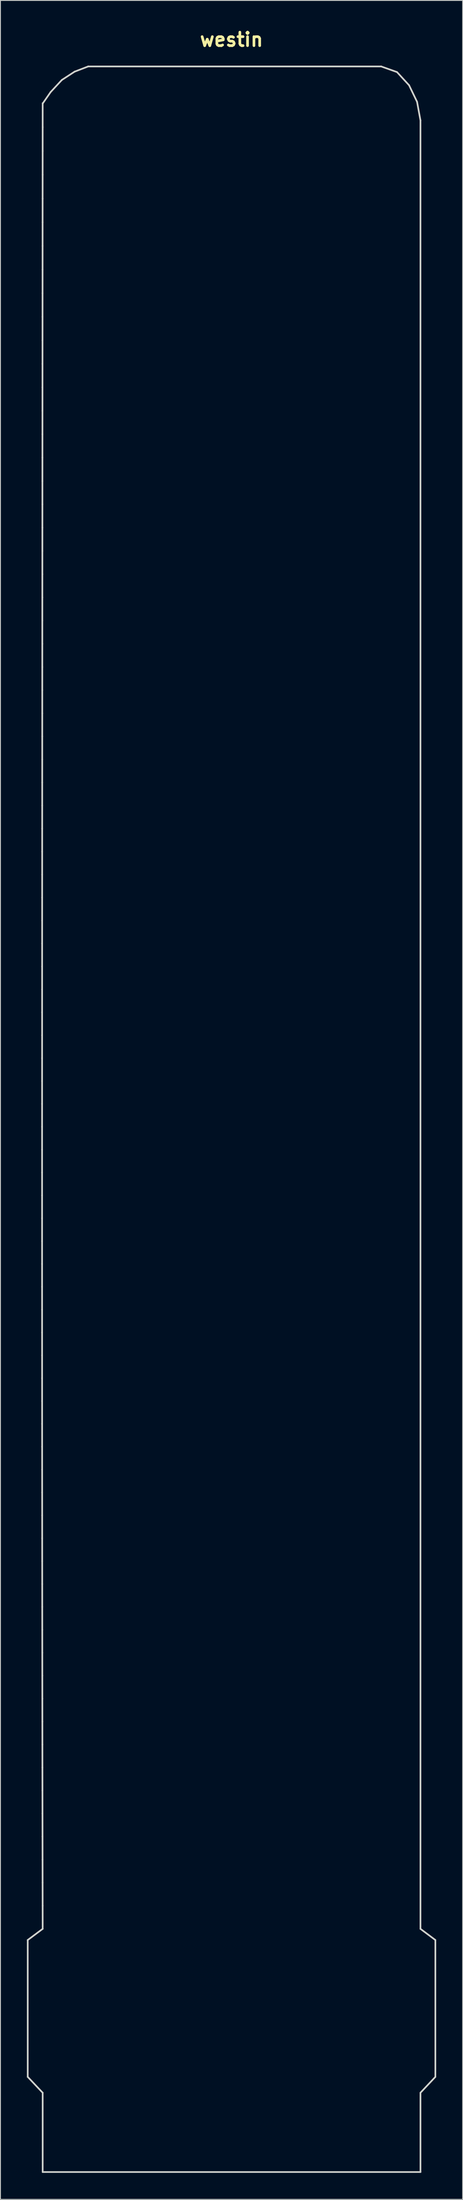
<source format=kicad_pcb>
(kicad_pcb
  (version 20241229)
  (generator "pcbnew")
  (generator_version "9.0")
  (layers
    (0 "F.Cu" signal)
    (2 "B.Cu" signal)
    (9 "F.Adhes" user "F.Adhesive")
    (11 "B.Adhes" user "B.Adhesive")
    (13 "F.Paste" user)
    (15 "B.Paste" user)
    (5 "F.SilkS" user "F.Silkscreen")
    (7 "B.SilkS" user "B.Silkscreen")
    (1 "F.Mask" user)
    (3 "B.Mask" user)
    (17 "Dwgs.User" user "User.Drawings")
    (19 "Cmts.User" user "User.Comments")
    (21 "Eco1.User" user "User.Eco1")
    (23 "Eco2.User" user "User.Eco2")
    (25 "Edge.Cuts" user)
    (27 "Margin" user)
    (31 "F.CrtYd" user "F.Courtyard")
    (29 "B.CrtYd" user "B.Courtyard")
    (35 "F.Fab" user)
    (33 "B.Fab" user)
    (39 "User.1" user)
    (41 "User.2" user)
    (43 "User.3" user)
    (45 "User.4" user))
  (footprint "westin"
    (layer "F.Cu")
    (at 23.219 123.678)
    (property "Reference" "westin" (at 0 -122.251 0) (layer "F.SilkS") (effects (font (size 1.524 1.524) (thickness 0.305))))
    (attr smd)
    (fp_poly (pts (xy -17.307 -64.271) (xy -15.272 -64.271) (xy -15.272 -57.427) (xy -17.307 -57.427) (xy -17.307 -64.271)) (stroke (width 0.074) (type solid)) (fill yes) (layer "F.Mask"))
    (fp_poly (pts (xy -17.307 -7.121) (xy -15.272 -7.121) (xy -15.272 -0.277) (xy -17.307 -0.277) (xy -17.307 -7.121)) (stroke (width 0.074) (type solid)) (fill yes) (layer "F.Mask"))
    (fp_poly (pts (xy -17.307 43.679) (xy -15.272 43.679) (xy -15.272 50.523) (xy -17.307 50.523) (xy -17.307 43.679)) (stroke (width 0.074) (type solid)) (fill yes) (layer "F.Mask"))
    (fp_poly (pts (xy -17.28 110.825) (xy -15.486 110.825) (xy -15.486 114.634) (xy -17.28 114.634) (xy -17.28 110.825)) (stroke (width 0.052) (type solid)) (fill yes) (layer "F.Mask"))
    (fp_poly (pts (xy -17.252 -49.797) (xy -15.471 -49.797) (xy -15.471 -43.194) (xy -17.252 -43.194) (xy -17.252 -49.797)) (stroke (width 0.068) (type solid)) (fill yes) (layer "F.Mask"))
    (fp_poly (pts (xy -17.252 -35.509) (xy -15.471 -35.509) (xy -15.471 -28.907) (xy -17.252 -28.907) (xy -17.252 -35.509)) (stroke (width 0.068) (type solid)) (fill yes) (layer "F.Mask"))
    (fp_poly (pts (xy -17.252 21.828) (xy -15.471 21.828) (xy -15.471 28.431) (xy -17.252 28.431) (xy -17.252 21.828)) (stroke (width 0.068) (type solid)) (fill yes) (layer "F.Mask"))
    (fp_poly (pts (xy -17.252 58.153) (xy -15.471 58.153) (xy -15.471 64.756) (xy -17.252 64.756) (xy -17.252 58.153)) (stroke (width 0.068) (type solid)) (fill yes) (layer "F.Mask"))
    (fp_poly (pts (xy -17.252 72.441) (xy -15.471 72.441) (xy -15.471 79.043) (xy -17.252 79.043) (xy -17.252 72.441)) (stroke (width 0.068) (type solid)) (fill yes) (layer "F.Mask"))
    (fp_poly (pts (xy -17.246 -93.314) (xy -15.466 -93.314) (xy -15.466 -86.063) (xy -17.246 -86.063) (xy -17.246 -93.314)) (stroke (width 0.072) (type solid)) (fill yes) (layer "F.Mask"))
    (fp_poly (pts (xy -15.11 -71.335) (xy -12.508 -71.335) (xy -12.508 -64.85) (xy -15.11 -64.85) (xy -15.11 -71.335)) (stroke (width 0.082) (type solid)) (fill yes) (layer "F.Mask"))
    (fp_poly (pts (xy -15.11 -13.997) (xy -12.508 -13.997) (xy -12.508 -7.512) (xy -15.11 -7.512) (xy -15.11 -13.997)) (stroke (width 0.082) (type solid)) (fill yes) (layer "F.Mask"))
    (fp_poly (pts (xy -15.11 36.616) (xy -12.508 36.616) (xy -12.508 43.1) (xy -15.11 43.1) (xy -15.11 36.616)) (stroke (width 0.082) (type solid)) (fill yes) (layer "F.Mask"))
    (fp_poly (pts (xy -15.11 -85.622) (xy -12.508 -85.622) (xy -12.508 -79.137) (xy -15.11 -79.137) (xy -15.11 -85.622)) (stroke (width 0.082) (type solid)) (fill yes) (layer "F.Mask"))
    (fp_poly (pts (xy -15.11 -56.518) (xy -12.508 -56.518) (xy -12.508 -50.033) (xy -15.11 -50.033) (xy -15.11 -56.518)) (stroke (width 0.082) (type solid)) (fill yes) (layer "F.Mask"))
    (fp_poly (pts (xy -15.11 -28.075) (xy -12.508 -28.075) (xy -12.508 -21.59) (xy -15.11 -21.59) (xy -15.11 -28.075)) (stroke (width 0.082) (type solid)) (fill yes) (layer "F.Mask"))
    (fp_poly (pts (xy -15.11 0.633) (xy -12.508 0.633) (xy -12.508 7.118) (xy -15.11 7.118) (xy -15.11 0.633)) (stroke (width 0.082) (type solid)) (fill yes) (layer "F.Mask"))
    (fp_poly (pts (xy -15.11 29.449) (xy -12.508 29.449) (xy -12.508 35.934) (xy -15.11 35.934) (xy -15.11 29.449)) (stroke (width 0.082) (type solid)) (fill yes) (layer "F.Mask"))
    (fp_poly (pts (xy -15.11 50.903) (xy -12.508 50.903) (xy -12.508 57.388) (xy -15.11 57.388) (xy -15.11 50.903)) (stroke (width 0.082) (type solid)) (fill yes) (layer "F.Mask"))
    (fp_poly (pts (xy -15.108 79.48) (xy -12.507 79.48) (xy -12.507 86.148) (xy -15.108 86.148) (xy -15.108 79.48)) (stroke (width 0.083) (type solid)) (fill yes) (layer "F.Mask"))
    (fp_poly (pts (xy -15.104 -42.753) (xy -12.503 -42.753) (xy -12.503 -35.751) (xy -15.104 -35.751) (xy -15.104 -42.753)) (stroke (width 0.085) (type solid)) (fill yes) (layer "F.Mask"))
    (fp_poly (pts (xy -15.104 14.397) (xy -12.503 14.397) (xy -12.503 21.399) (xy -15.104 21.399) (xy -15.104 14.397)) (stroke (width 0.085) (type solid)) (fill yes) (layer "F.Mask"))
    (fp_poly (pts (xy -15.104 65.197) (xy -12.503 65.197) (xy -12.503 72.199) (xy -15.104 72.199) (xy -15.104 65.197)) (stroke (width 0.085) (type solid)) (fill yes) (layer "F.Mask"))
    (fp_poly (pts (xy -14.754 110.837) (xy -12.456 110.837) (xy -12.456 114.622) (xy -14.754 114.622) (xy -14.754 110.837)) (stroke (width 0.059) (type solid)) (fill yes) (layer "F.Mask"))
    (fp_poly (pts (xy -12.122 -114.694) (xy -9.477 -114.694) (xy -9.477 -110.121) (xy -12.122 -110.121) (xy -12.122 -114.694)) (stroke (width 0.07) (type solid)) (fill yes) (layer "F.Mask"))
    (fp_poly (pts (xy -12.095 86.971) (xy -9.493 86.971) (xy -9.493 91.127) (xy -12.095 91.127) (xy -12.095 86.971)) (stroke (width 0.066) (type solid)) (fill yes) (layer "F.Mask"))
    (fp_poly (pts (xy -12.066 -49.706) (xy -9.469 -49.706) (xy -9.469 -43.154) (xy -12.066 -43.154) (xy -12.066 -49.706)) (stroke (width 0.082) (type solid)) (fill yes) (layer "F.Mask"))
    (fp_poly (pts (xy -12.066 7.787) (xy -9.469 7.787) (xy -9.469 14.338) (xy -12.066 14.338) (xy -12.066 7.787)) (stroke (width 0.082) (type solid)) (fill yes) (layer "F.Mask"))
    (fp_poly (pts (xy -12.066 58.244) (xy -9.469 58.244) (xy -9.469 64.796) (xy -12.066 64.796) (xy -12.066 58.244)) (stroke (width 0.082) (type solid)) (fill yes) (layer "F.Mask"))
    (fp_poly (pts (xy -12.065 -78.41) (xy -9.468 -78.41) (xy -9.468 -71.731) (xy -12.065 -71.731) (xy -12.065 -78.41)) (stroke (width 0.083) (type solid)) (fill yes) (layer "F.Mask"))
    (fp_poly (pts (xy -12.065 -21.26) (xy -9.468 -21.26) (xy -9.468 -14.581) (xy -12.065 -14.581) (xy -12.065 -21.26)) (stroke (width 0.083) (type solid)) (fill yes) (layer "F.Mask"))
    (fp_poly (pts (xy -11.931 -35.484) (xy -9.344 -35.484) (xy -9.344 -28.932) (xy -11.931 -28.932) (xy -11.931 -35.484)) (stroke (width 0.082) (type solid)) (fill yes) (layer "F.Mask"))
    (fp_poly (pts (xy -11.931 21.853) (xy -9.344 21.853) (xy -9.344 28.406) (xy -11.931 28.406) (xy -11.931 21.853)) (stroke (width 0.082) (type solid)) (fill yes) (layer "F.Mask"))
    (fp_poly (pts (xy -11.931 72.466) (xy -9.344 72.466) (xy -9.344 79.019) (xy -11.931 79.019) (xy -11.931 72.466)) (stroke (width 0.082) (type solid)) (fill yes) (layer "F.Mask"))
    (fp_poly (pts (xy -11.931 -64.253) (xy -9.337 -64.253) (xy -9.337 -57.445) (xy -11.931 -57.445) (xy -11.931 -64.253)) (stroke (width 0.084) (type solid)) (fill yes) (layer "F.Mask"))
    (fp_poly (pts (xy -11.931 -7.103) (xy -9.337 -7.103) (xy -9.337 -0.294) (xy -11.931 -0.294) (xy -11.931 -7.103)) (stroke (width 0.084) (type solid)) (fill yes) (layer "F.Mask"))
    (fp_poly (pts (xy -11.931 43.697) (xy -9.337 43.697) (xy -9.337 50.505) (xy -11.931 50.505) (xy -11.931 43.697)) (stroke (width 0.084) (type solid)) (fill yes) (layer "F.Mask"))
    (fp_poly (pts (xy -11.927 -93.287) (xy -9.341 -93.287) (xy -9.341 -86.09) (xy -11.927 -86.09) (xy -11.927 -93.287)) (stroke (width 0.086) (type solid)) (fill yes) (layer "F.Mask"))
    (fp_poly (pts (xy -11.777 110.837) (xy -9.48 110.837) (xy -9.48 114.622) (xy -11.777 114.622) (xy -11.777 110.837)) (stroke (width 0.059) (type solid)) (fill yes) (layer "F.Mask"))
    (fp_poly (pts (xy -8.892 -85.622) (xy -6.291 -85.622) (xy -6.291 -79.137) (xy -8.892 -79.137) (xy -8.892 -85.622)) (stroke (width 0.082) (type solid)) (fill yes) (layer "F.Mask"))
    (fp_poly (pts (xy -8.892 -56.518) (xy -6.291 -56.518) (xy -6.291 -50.033) (xy -8.892 -50.033) (xy -8.892 -56.518)) (stroke (width 0.082) (type solid)) (fill yes) (layer "F.Mask"))
    (fp_poly (pts (xy -8.892 -28.075) (xy -6.291 -28.075) (xy -6.291 -21.59) (xy -8.892 -21.59) (xy -8.892 -28.075)) (stroke (width 0.082) (type solid)) (fill yes) (layer "F.Mask"))
    (fp_poly (pts (xy -8.892 0.633) (xy -6.291 0.633) (xy -6.291 7.118) (xy -8.892 7.118) (xy -8.892 0.633)) (stroke (width 0.082) (type solid)) (fill yes) (layer "F.Mask"))
    (fp_poly (pts (xy -8.892 29.449) (xy -6.291 29.449) (xy -6.291 35.934) (xy -8.892 35.934) (xy -8.892 29.449)) (stroke (width 0.082) (type solid)) (fill yes) (layer "F.Mask"))
    (fp_poly (pts (xy -8.892 50.903) (xy -6.291 50.903) (xy -6.291 57.388) (xy -8.892 57.388) (xy -8.892 50.903)) (stroke (width 0.082) (type solid)) (fill yes) (layer "F.Mask"))
    (fp_poly (pts (xy -8.891 79.48) (xy -6.29 79.48) (xy -6.29 86.148) (xy -8.891 86.148) (xy -8.891 79.48)) (stroke (width 0.083) (type solid)) (fill yes) (layer "F.Mask"))
    (fp_poly (pts (xy -8.755 -35.484) (xy -6.168 -35.484) (xy -6.168 -28.932) (xy -8.755 -28.932) (xy -8.755 -35.484)) (stroke (width 0.082) (type solid)) (fill yes) (layer "F.Mask"))
    (fp_poly (pts (xy -8.755 21.853) (xy -6.168 21.853) (xy -6.168 28.406) (xy -8.755 28.406) (xy -8.755 21.853)) (stroke (width 0.082) (type solid)) (fill yes) (layer "F.Mask"))
    (fp_poly (pts (xy -8.755 72.466) (xy -6.168 72.466) (xy -6.168 79.019) (xy -8.755 79.019) (xy -8.755 72.466)) (stroke (width 0.082) (type solid)) (fill yes) (layer "F.Mask"))
    (fp_poly (pts (xy -8.752 -93.287) (xy -6.166 -93.287) (xy -6.166 -86.09) (xy -8.752 -86.09) (xy -8.752 -93.287)) (stroke (width 0.086) (type solid)) (fill yes) (layer "F.Mask"))
    (fp_poly (pts (xy -8.602 110.837) (xy -6.305 110.837) (xy -6.305 114.622) (xy -8.602 114.622) (xy -8.602 110.837)) (stroke (width 0.059) (type solid)) (fill yes) (layer "F.Mask"))
    (fp_poly (pts (xy -5.717 -13.997) (xy -3.116 -13.997) (xy -3.116 -7.512) (xy -5.717 -7.512) (xy -5.717 -13.997)) (stroke (width 0.082) (type solid)) (fill yes) (layer "F.Mask"))
    (fp_poly (pts (xy -5.717 -85.622) (xy -3.116 -85.622) (xy -3.116 -79.137) (xy -5.717 -79.137) (xy -5.717 -85.622)) (stroke (width 0.082) (type solid)) (fill yes) (layer "F.Mask"))
    (fp_poly (pts (xy -5.717 -71.335) (xy -3.116 -71.335) (xy -3.116 -64.85) (xy -5.717 -64.85) (xy -5.717 -71.335)) (stroke (width 0.082) (type solid)) (fill yes) (layer "F.Mask"))
    (fp_poly (pts (xy -5.717 -56.518) (xy -3.116 -56.518) (xy -3.116 -50.033) (xy -5.717 -50.033) (xy -5.717 -56.518)) (stroke (width 0.082) (type solid)) (fill yes) (layer "F.Mask"))
    (fp_poly (pts (xy -5.717 -28.075) (xy -3.116 -28.075) (xy -3.116 -21.59) (xy -5.717 -21.59) (xy -5.717 -28.075)) (stroke (width 0.082) (type solid)) (fill yes) (layer "F.Mask"))
    (fp_poly (pts (xy -5.717 29.449) (xy -3.116 29.449) (xy -3.116 35.934) (xy -5.717 35.934) (xy -5.717 29.449)) (stroke (width 0.082) (type solid)) (fill yes) (layer "F.Mask"))
    (fp_poly (pts (xy -5.717 36.616) (xy -3.116 36.616) (xy -3.116 43.1) (xy -5.717 43.1) (xy -5.717 36.616)) (stroke (width 0.082) (type solid)) (fill yes) (layer "F.Mask"))
    (fp_poly (pts (xy -5.717 50.903) (xy -3.116 50.903) (xy -3.116 57.388) (xy -5.717 57.388) (xy -5.717 50.903)) (stroke (width 0.082) (type solid)) (fill yes) (layer "F.Mask"))
    (fp_poly (pts (xy -5.717 79.48) (xy -3.115 79.48) (xy -3.115 86.148) (xy -5.717 86.148) (xy -5.717 79.48)) (stroke (width 0.083) (type solid)) (fill yes) (layer "F.Mask"))
    (fp_poly (pts (xy -5.715 -42.753) (xy -3.114 -42.753) (xy -3.114 -35.751) (xy -5.715 -35.751) (xy -5.715 -42.753)) (stroke (width 0.085) (type solid)) (fill yes) (layer "F.Mask"))
    (fp_poly (pts (xy -5.715 14.397) (xy -3.114 14.397) (xy -3.114 21.399) (xy -5.715 21.399) (xy -5.715 14.397)) (stroke (width 0.085) (type solid)) (fill yes) (layer "F.Mask"))
    (fp_poly (pts (xy -5.715 65.197) (xy -3.114 65.197) (xy -3.114 72.199) (xy -5.715 72.199) (xy -5.715 65.197)) (stroke (width 0.085) (type solid)) (fill yes) (layer "F.Mask"))
    (fp_poly (pts (xy -5.626 110.837) (xy -3.328 110.837) (xy -3.328 114.622) (xy -5.626 114.622) (xy -5.626 110.837)) (stroke (width 0.059) (type solid)) (fill yes) (layer "F.Mask"))
    (fp_poly (pts (xy -3.073 86.971) (xy -0.471 86.971) (xy -0.471 91.127) (xy -3.073 91.127) (xy -3.073 86.971)) (stroke (width 0.066) (type solid)) (fill yes) (layer "F.Mask"))
    (fp_poly (pts (xy -3.071 -71.335) (xy -0.47 -71.335) (xy -0.47 -64.85) (xy -3.071 -64.85) (xy -3.071 -71.335)) (stroke (width 0.082) (type solid)) (fill yes) (layer "F.Mask"))
    (fp_poly (pts (xy -3.071 36.616) (xy -0.47 36.616) (xy -0.47 43.1) (xy -3.071 43.1) (xy -3.071 36.616)) (stroke (width 0.082) (type solid)) (fill yes) (layer "F.Mask"))
    (fp_poly (pts (xy -3.07 -42.753) (xy -0.47 -42.753) (xy -0.47 -35.751) (xy -3.07 -35.751) (xy -3.07 -42.753)) (stroke (width 0.085) (type solid)) (fill yes) (layer "F.Mask"))
    (fp_poly (pts (xy -3.07 14.397) (xy -0.47 14.397) (xy -0.47 21.399) (xy -3.07 21.399) (xy -3.07 14.397)) (stroke (width 0.085) (type solid)) (fill yes) (layer "F.Mask"))
    (fp_poly (pts (xy -3.07 65.197) (xy -0.47 65.197) (xy -0.47 72.199) (xy -3.07 72.199) (xy -3.07 65.197)) (stroke (width 0.085) (type solid)) (fill yes) (layer "F.Mask"))
    (fp_poly (pts (xy -3.07 -49.706) (xy -0.472 -49.706) (xy -0.472 -43.154) (xy -3.07 -43.154) (xy -3.07 -49.706)) (stroke (width 0.082) (type solid)) (fill yes) (layer "F.Mask"))
    (fp_poly (pts (xy -3.07 7.787) (xy -0.472 7.787) (xy -0.472 14.338) (xy -3.07 14.338) (xy -3.07 7.787)) (stroke (width 0.082) (type solid)) (fill yes) (layer "F.Mask"))
    (fp_poly (pts (xy -3.07 58.244) (xy -0.472 58.244) (xy -0.472 64.796) (xy -3.07 64.796) (xy -3.07 58.244)) (stroke (width 0.082) (type solid)) (fill yes) (layer "F.Mask"))
    (fp_poly (pts (xy -3.069 -21.26) (xy -0.472 -21.26) (xy -0.472 -14.581) (xy -3.069 -14.581) (xy -3.069 -21.26)) (stroke (width 0.083) (type solid)) (fill yes) (layer "F.Mask"))
    (fp_poly (pts (xy -2.895 -114.694) (xy -0.249 -114.694) (xy -0.249 -110.121) (xy -2.895 -110.121) (xy -2.895 -114.694)) (stroke (width 0.07) (type solid)) (fill yes) (layer "F.Mask"))
    (fp_poly (pts (xy -2.895 -114.694) (xy -0.249 -114.694) (xy -0.249 -110.121) (xy -2.895 -110.121) (xy -2.895 -114.694)) (stroke (width 0.07) (type solid)) (fill yes) (layer "F.Mask"))
    (fp_poly (pts (xy -2.865 -93.287) (xy -0.279 -93.287) (xy -0.279 -86.09) (xy -2.865 -86.09) (xy -2.865 -93.287)) (stroke (width 0.086) (type solid)) (fill yes) (layer "F.Mask"))
    (fp_poly (pts (xy -2.782 110.837) (xy -0.484 110.837) (xy -0.484 114.622) (xy -2.782 114.622) (xy -2.782 110.837)) (stroke (width 0.059) (type solid)) (fill yes) (layer "F.Mask"))
    (fp_poly (pts (xy 0.103 79.48) (xy 2.705 79.48) (xy 2.705 86.148) (xy 0.103 86.148) (xy 0.103 79.48)) (stroke (width 0.083) (type solid)) (fill yes) (layer "F.Mask"))
    (fp_poly (pts (xy 0.104 -85.622) (xy 2.705 -85.622) (xy 2.705 -79.137) (xy 0.104 -79.137) (xy 0.104 -85.622)) (stroke (width 0.082) (type solid)) (fill yes) (layer "F.Mask"))
    (fp_poly (pts (xy 0.104 -56.518) (xy 2.705 -56.518) (xy 2.705 -50.033) (xy 0.104 -50.033) (xy 0.104 -56.518)) (stroke (width 0.082) (type solid)) (fill yes) (layer "F.Mask"))
    (fp_poly (pts (xy 0.104 -28.075) (xy 2.705 -28.075) (xy 2.705 -21.59) (xy 0.104 -21.59) (xy 0.104 -28.075)) (stroke (width 0.082) (type solid)) (fill yes) (layer "F.Mask"))
    (fp_poly (pts (xy 0.104 0.633) (xy 2.705 0.633) (xy 2.705 7.118) (xy 0.104 7.118) (xy 0.104 0.633)) (stroke (width 0.082) (type solid)) (fill yes) (layer "F.Mask"))
    (fp_poly (pts (xy 0.104 29.449) (xy 2.705 29.449) (xy 2.705 35.934) (xy 0.104 35.934) (xy 0.104 29.449)) (stroke (width 0.082) (type solid)) (fill yes) (layer "F.Mask"))
    (fp_poly (pts (xy 0.104 50.903) (xy 2.705 50.903) (xy 2.705 57.388) (xy 0.104 57.388) (xy 0.104 50.903)) (stroke (width 0.082) (type solid)) (fill yes) (layer "F.Mask"))
    (fp_poly (pts (xy 0.106 -78.41) (xy 2.703 -78.41) (xy 2.703 -71.731) (xy 0.106 -71.731) (xy 0.106 -78.41)) (stroke (width 0.083) (type solid)) (fill yes) (layer "F.Mask"))
    (fp_poly (pts (xy 0.106 -21.26) (xy 2.703 -21.26) (xy 2.703 -14.581) (xy 0.106 -14.581) (xy 0.106 -21.26)) (stroke (width 0.083) (type solid)) (fill yes) (layer "F.Mask"))
    (fp_poly (pts (xy 0.173 -64.253) (xy 2.768 -64.253) (xy 2.768 -57.445) (xy 0.173 -57.445) (xy 0.173 -64.253)) (stroke (width 0.084) (type solid)) (fill yes) (layer "F.Mask"))
    (fp_poly (pts (xy 0.173 -7.103) (xy 2.768 -7.103) (xy 2.768 -0.294) (xy 0.173 -0.294) (xy 0.173 -7.103)) (stroke (width 0.084) (type solid)) (fill yes) (layer "F.Mask"))
    (fp_poly (pts (xy 0.173 43.697) (xy 2.768 43.697) (xy 2.768 50.505) (xy 0.173 50.505) (xy 0.173 43.697)) (stroke (width 0.084) (type solid)) (fill yes) (layer "F.Mask"))
    (fp_poly (pts (xy 0.195 110.837) (xy 2.493 110.837) (xy 2.493 114.622) (xy 0.195 114.622) (xy 0.195 110.837)) (stroke (width 0.059) (type solid)) (fill yes) (layer "F.Mask"))
    (fp_poly (pts (xy 3.279 -13.997) (xy 5.88 -13.997) (xy 5.88 -7.512) (xy 3.279 -7.512) (xy 3.279 -13.997)) (stroke (width 0.082) (type solid)) (fill yes) (layer "F.Mask"))
    (fp_poly (pts (xy 3.29 -114.694) (xy 5.935 -114.694) (xy 5.935 -110.121) (xy 3.29 -110.121) (xy 3.29 -114.694)) (stroke (width 0.07) (type solid)) (fill yes) (layer "F.Mask"))
    (fp_poly (pts (xy 3.37 110.837) (xy 5.668 110.837) (xy 5.668 114.622) (xy 3.37 114.622) (xy 3.37 110.837)) (stroke (width 0.059) (type solid)) (fill yes) (layer "F.Mask"))
    (fp_poly (pts (xy 3.486 -35.484) (xy 6.073 -35.484) (xy 6.073 -28.932) (xy 3.486 -28.932) (xy 3.486 -35.484)) (stroke (width 0.082) (type solid)) (fill yes) (layer "F.Mask"))
    (fp_poly (pts (xy 3.486 21.853) (xy 6.073 21.853) (xy 6.073 28.406) (xy 3.486 28.406) (xy 3.486 21.853)) (stroke (width 0.082) (type solid)) (fill yes) (layer "F.Mask"))
    (fp_poly (pts (xy 3.486 72.466) (xy 6.073 72.466) (xy 6.073 79.019) (xy 3.486 79.019) (xy 3.486 72.466)) (stroke (width 0.082) (type solid)) (fill yes) (layer "F.Mask"))
    (fp_poly (pts (xy 5.924 -13.997) (xy 8.526 -13.997) (xy 8.526 -7.512) (xy 5.924 -7.512) (xy 5.924 -13.997)) (stroke (width 0.082) (type solid)) (fill yes) (layer "F.Mask"))
    (fp_poly (pts (xy 6.214 110.837) (xy 8.512 110.837) (xy 8.512 114.622) (xy 6.214 114.622) (xy 6.214 110.837)) (stroke (width 0.059) (type solid)) (fill yes) (layer "F.Mask"))
    (fp_poly (pts (xy 6.324 -78.41) (xy 8.921 -78.41) (xy 8.921 -71.731) (xy 6.324 -71.731) (xy 6.324 -78.41)) (stroke (width 0.083) (type solid)) (fill yes) (layer "F.Mask"))
    (fp_poly (pts (xy 6.324 -21.26) (xy 8.921 -21.26) (xy 8.921 -14.581) (xy 6.324 -14.581) (xy 6.324 -21.26)) (stroke (width 0.083) (type solid)) (fill yes) (layer "F.Mask"))
    (fp_poly (pts (xy 6.324 -49.706) (xy 8.921 -49.706) (xy 8.921 -43.154) (xy 6.324 -43.154) (xy 6.324 -49.706)) (stroke (width 0.082) (type solid)) (fill yes) (layer "F.Mask"))
    (fp_poly (pts (xy 6.324 7.787) (xy 8.921 7.787) (xy 8.921 14.338) (xy 6.324 14.338) (xy 6.324 7.787)) (stroke (width 0.082) (type solid)) (fill yes) (layer "F.Mask"))
    (fp_poly (pts (xy 6.324 58.244) (xy 8.921 58.244) (xy 8.921 64.796) (xy 6.324 64.796) (xy 6.324 58.244)) (stroke (width 0.082) (type solid)) (fill yes) (layer "F.Mask"))
    (fp_poly (pts (xy 6.332 86.971) (xy 8.935 86.971) (xy 8.935 91.127) (xy 6.332 91.127) (xy 6.332 86.971)) (stroke (width 0.066) (type solid)) (fill yes) (layer "F.Mask"))
    (fp_poly (pts (xy 8.833 79.48) (xy 11.434 79.48) (xy 11.434 86.148) (xy 8.833 86.148) (xy 8.833 79.48)) (stroke (width 0.083) (type solid)) (fill yes) (layer "F.Mask"))
    (fp_poly (pts (xy 8.835 -85.622) (xy 11.437 -85.622) (xy 11.437 -79.137) (xy 8.835 -79.137) (xy 8.835 -85.622)) (stroke (width 0.082) (type solid)) (fill yes) (layer "F.Mask"))
    (fp_poly (pts (xy 8.835 -56.518) (xy 11.437 -56.518) (xy 11.437 -50.033) (xy 8.835 -50.033) (xy 8.835 -56.518)) (stroke (width 0.082) (type solid)) (fill yes) (layer "F.Mask"))
    (fp_poly (pts (xy 8.835 -28.075) (xy 11.437 -28.075) (xy 11.437 -21.59) (xy 8.835 -21.59) (xy 8.835 -28.075)) (stroke (width 0.082) (type solid)) (fill yes) (layer "F.Mask"))
    (fp_poly (pts (xy 8.835 0.633) (xy 11.437 0.633) (xy 11.437 7.118) (xy 8.835 7.118) (xy 8.835 0.633)) (stroke (width 0.082) (type solid)) (fill yes) (layer "F.Mask"))
    (fp_poly (pts (xy 8.835 29.449) (xy 11.437 29.449) (xy 11.437 35.934) (xy 8.835 35.934) (xy 8.835 29.449)) (stroke (width 0.082) (type solid)) (fill yes) (layer "F.Mask"))
    (fp_poly (pts (xy 8.835 50.903) (xy 11.437 50.903) (xy 11.437 57.388) (xy 8.835 57.388) (xy 8.835 50.903)) (stroke (width 0.082) (type solid)) (fill yes) (layer "F.Mask"))
    (fp_poly (pts (xy 9.044 -114.694) (xy 11.69 -114.694) (xy 11.69 -110.121) (xy 9.044 -110.121) (xy 9.044 -114.694)) (stroke (width 0.07) (type solid)) (fill yes) (layer "F.Mask"))
    (fp_poly (pts (xy 9.191 110.837) (xy 11.489 110.837) (xy 11.489 114.622) (xy 9.191 114.622) (xy 9.191 110.837)) (stroke (width 0.059) (type solid)) (fill yes) (layer "F.Mask"))
    (fp_poly (pts (xy 12.27 -42.753) (xy 14.87 -42.753) (xy 14.87 -35.751) (xy 12.27 -35.751) (xy 12.27 -42.753)) (stroke (width 0.085) (type solid)) (fill yes) (layer "F.Mask"))
    (fp_poly (pts (xy 12.27 14.397) (xy 14.87 14.397) (xy 14.87 21.399) (xy 12.27 21.399) (xy 12.27 14.397)) (stroke (width 0.085) (type solid)) (fill yes) (layer "F.Mask"))
    (fp_poly (pts (xy 12.27 65.197) (xy 14.87 65.197) (xy 14.87 72.199) (xy 12.27 72.199) (xy 12.27 65.197)) (stroke (width 0.085) (type solid)) (fill yes) (layer "F.Mask"))
    (fp_poly (pts (xy 12.275 -71.335) (xy 14.876 -71.335) (xy 14.876 -64.85) (xy 12.275 -64.85) (xy 12.275 -71.335)) (stroke (width 0.082) (type solid)) (fill yes) (layer "F.Mask"))
    (fp_poly (pts (xy 12.275 -13.997) (xy 14.876 -13.997) (xy 14.876 -7.512) (xy 12.275 -7.512) (xy 12.275 -13.997)) (stroke (width 0.082) (type solid)) (fill yes) (layer "F.Mask"))
    (fp_poly (pts (xy 12.275 36.616) (xy 14.876 36.616) (xy 14.876 43.1) (xy 12.275 43.1) (xy 12.275 36.616)) (stroke (width 0.082) (type solid)) (fill yes) (layer "F.Mask"))
    (fp_poly (pts (xy 12.344 -64.253) (xy 14.939 -64.253) (xy 14.939 -57.445) (xy 12.344 -57.445) (xy 12.344 -64.253)) (stroke (width 0.084) (type solid)) (fill yes) (layer "F.Mask"))
    (fp_poly (pts (xy 12.344 -7.103) (xy 14.939 -7.103) (xy 14.939 -0.294) (xy 12.344 -0.294) (xy 12.344 -7.103)) (stroke (width 0.084) (type solid)) (fill yes) (layer "F.Mask"))
    (fp_poly (pts (xy 12.344 43.697) (xy 14.939 43.697) (xy 14.939 50.505) (xy 12.344 50.505) (xy 12.344 43.697)) (stroke (width 0.084) (type solid)) (fill yes) (layer "F.Mask"))
    (fp_poly (pts (xy 12.366 110.837) (xy 14.664 110.837) (xy 14.664 114.622) (xy 12.366 114.622) (xy 12.366 110.837)) (stroke (width 0.059) (type solid)) (fill yes) (layer "F.Mask"))
    (fp_poly (pts (xy 15.029 -78.502) (xy 16.818 -78.502) (xy 16.818 -71.771) (xy 15.029 -71.771) (xy 15.029 -78.502)) (stroke (width 0.069) (type solid)) (fill yes) (layer "F.Mask"))
    (fp_poly (pts (xy 15.029 -21.352) (xy 16.818 -21.352) (xy 16.818 -14.621) (xy 15.029 -14.621) (xy 15.029 -21.352)) (stroke (width 0.069) (type solid)) (fill yes) (layer "F.Mask"))
    (fp_poly (pts (xy 15.03 -49.796) (xy 16.82 -49.796) (xy 16.82 -43.193) (xy 15.03 -43.193) (xy 15.03 -49.796)) (stroke (width 0.068) (type solid)) (fill yes) (layer "F.Mask"))
    (fp_poly (pts (xy 15.03 7.696) (xy 16.82 7.696) (xy 16.82 14.299) (xy 15.03 14.299) (xy 15.03 7.696)) (stroke (width 0.068) (type solid)) (fill yes) (layer "F.Mask"))
    (fp_poly (pts (xy 15.03 58.154) (xy 16.82 58.154) (xy 16.82 64.757) (xy 15.03 64.757) (xy 15.03 58.154)) (stroke (width 0.068) (type solid)) (fill yes) (layer "F.Mask"))
    (fp_poly (pts (xy 15.033 -93.314) (xy 16.814 -93.314) (xy 16.814 -86.063) (xy 15.033 -86.063) (xy 15.033 -93.314)) (stroke (width 0.072) (type solid)) (fill yes) (layer "F.Mask"))
    (fp_poly (pts (xy 15.039 -35.509) (xy 16.82 -35.509) (xy 16.82 -28.907) (xy 15.039 -28.907) (xy 15.039 -35.509)) (stroke (width 0.068) (type solid)) (fill yes) (layer "F.Mask"))
    (fp_poly (pts (xy 15.039 21.828) (xy 16.82 21.828) (xy 16.82 28.431) (xy 15.039 28.431) (xy 15.039 21.828)) (stroke (width 0.068) (type solid)) (fill yes) (layer "F.Mask"))
    (fp_poly (pts (xy 15.039 72.441) (xy 16.82 72.441) (xy 16.82 79.043) (xy 15.039 79.043) (xy 15.039 72.441)) (stroke (width 0.068) (type solid)) (fill yes) (layer "F.Mask"))
    (fp_poly (pts (xy 15.055 86.914) (xy 16.849 86.914) (xy 16.849 91.102) (xy 15.055 91.102) (xy 15.055 86.914)) (stroke (width 0.055) (type solid)) (fill yes) (layer "F.Mask"))
    (fp_poly (pts (xy 15.527 110.823) (xy 17.258 110.823) (xy 17.258 114.636) (xy 15.527 114.636) (xy 15.527 110.823)) (stroke (width 0.051) (type solid)) (fill yes) (layer "F.Mask"))
    (fp_poly (pts (xy -17.128 -114.176) (xy -16.524 -114.669) (xy -15.22 -114.705) (xy -15.22 -110.11) (xy -17.425 -110.11) (xy -17.464 -113.543) (xy -17.128 -114.176)) (stroke (width 0.064) (type solid)) (fill yes) (layer "F.Mask"))
    (fp_poly (pts (xy 14.865 -114.694) (xy 16.396 -114.607) (xy 17.048 -114.099) (xy 17.382 -113.346) (xy 17.346 -110.088) (xy 14.865 -110.121) (xy 14.865 -114.694)) (stroke (width 0.07) (type solid)) (fill yes) (layer "F.Mask"))
    (fp_line (start -23.123 108.431) (end -23.123 92.934) (stroke (width 0.192) (type solid)) (layer "Edge.Cuts"))
    (fp_line (start -23.123 92.934) (end -21.428 91.67) (stroke (width 0.192) (type solid)) (layer "Edge.Cuts"))
    (fp_line (start -21.495 11.208) (end -21.495 8.621) (stroke (width 0.192) (type solid)) (layer "Edge.Cuts"))
    (fp_line (start -21.495 8.621) (end -21.495 6.032) (stroke (width 0.192) (type solid)) (layer "Edge.Cuts"))
    (fp_line (start -21.495 13.796) (end -21.495 11.208) (stroke (width 0.192) (type solid)) (layer "Edge.Cuts"))
    (fp_line (start -21.495 6.032) (end -21.495 3.443) (stroke (width 0.192) (type solid)) (layer "Edge.Cuts"))
    (fp_line (start -21.495 16.383) (end -21.495 13.796) (stroke (width 0.192) (type solid)) (layer "Edge.Cuts"))
    (fp_line (start -21.495 3.443) (end -21.495 0.854) (stroke (width 0.192) (type solid)) (layer "Edge.Cuts"))
    (fp_line (start -21.495 18.97) (end -21.495 16.383) (stroke (width 0.192) (type solid)) (layer "Edge.Cuts"))
    (fp_line (start -21.495 0.854) (end -21.494 -1.737) (stroke (width 0.192) (type solid)) (layer "Edge.Cuts"))
    (fp_line (start -21.494 21.557) (end -21.495 18.97) (stroke (width 0.192) (type solid)) (layer "Edge.Cuts"))
    (fp_line (start -21.494 -1.737) (end -21.494 -4.328) (stroke (width 0.192) (type solid)) (layer "Edge.Cuts"))
    (fp_line (start -21.494 -4.328) (end -21.493 -6.92) (stroke (width 0.192) (type solid)) (layer "Edge.Cuts"))
    (fp_line (start -21.494 24.144) (end -21.494 21.557) (stroke (width 0.192) (type solid)) (layer "Edge.Cuts"))
    (fp_line (start -21.493 -6.92) (end -21.492 -9.513) (stroke (width 0.192) (type solid)) (layer "Edge.Cuts"))
    (fp_line (start -21.493 26.731) (end -21.494 24.144) (stroke (width 0.192) (type solid)) (layer "Edge.Cuts"))
    (fp_line (start -21.492 -9.513) (end -21.492 -12.107) (stroke (width 0.192) (type solid)) (layer "Edge.Cuts"))
    (fp_line (start -21.492 29.318) (end -21.493 26.731) (stroke (width 0.192) (type solid)) (layer "Edge.Cuts"))
    (fp_line (start -21.492 -12.107) (end -21.491 -14.702) (stroke (width 0.192) (type solid)) (layer "Edge.Cuts"))
    (fp_line (start -21.491 31.905) (end -21.492 29.318) (stroke (width 0.192) (type solid)) (layer "Edge.Cuts"))
    (fp_line (start -21.491 -14.702) (end -21.49 -17.298) (stroke (width 0.192) (type solid)) (layer "Edge.Cuts"))
    (fp_line (start -21.49 34.492) (end -21.491 31.905) (stroke (width 0.192) (type solid)) (layer "Edge.Cuts"))
    (fp_line (start -21.49 -17.298) (end -21.489 -19.896) (stroke (width 0.192) (type solid)) (layer "Edge.Cuts"))
    (fp_line (start -21.489 37.08) (end -21.49 34.492) (stroke (width 0.192) (type solid)) (layer "Edge.Cuts"))
    (fp_line (start -21.489 -19.896) (end -21.488 -22.495) (stroke (width 0.192) (type solid)) (layer "Edge.Cuts"))
    (fp_line (start -21.488 -22.495) (end -21.487 -25.096) (stroke (width 0.192) (type solid)) (layer "Edge.Cuts"))
    (fp_line (start -21.488 39.669) (end -21.489 37.08) (stroke (width 0.192) (type solid)) (layer "Edge.Cuts"))
    (fp_line (start -21.487 -25.096) (end -21.485 -27.698) (stroke (width 0.192) (type solid)) (layer "Edge.Cuts"))
    (fp_line (start -21.486 42.258) (end -21.488 39.669) (stroke (width 0.192) (type solid)) (layer "Edge.Cuts"))
    (fp_line (start -21.485 -27.698) (end -21.484 -30.302) (stroke (width 0.192) (type solid)) (layer "Edge.Cuts"))
    (fp_line (start -21.484 44.847) (end -21.486 42.258) (stroke (width 0.192) (type solid)) (layer "Edge.Cuts"))
    (fp_line (start -21.484 -30.302) (end -21.483 -32.908) (stroke (width 0.192) (type solid)) (layer "Edge.Cuts"))
    (fp_line (start -21.483 -32.908) (end -21.481 -35.516) (stroke (width 0.192) (type solid)) (layer "Edge.Cuts"))
    (fp_line (start -21.483 47.437) (end -21.484 44.847) (stroke (width 0.192) (type solid)) (layer "Edge.Cuts"))
    (fp_line (start -21.481 -35.516) (end -21.48 -38.125) (stroke (width 0.192) (type solid)) (layer "Edge.Cuts"))
    (fp_line (start -21.481 50.029) (end -21.483 47.437) (stroke (width 0.192) (type solid)) (layer "Edge.Cuts"))
    (fp_line (start -21.48 -38.125) (end -21.478 -40.737) (stroke (width 0.192) (type solid)) (layer "Edge.Cuts"))
    (fp_line (start -21.479 52.621) (end -21.481 50.029) (stroke (width 0.192) (type solid)) (layer "Edge.Cuts"))
    (fp_line (start -21.478 -40.737) (end -21.477 -43.351) (stroke (width 0.192) (type solid)) (layer "Edge.Cuts"))
    (fp_line (start -21.477 -43.351) (end -21.475 -45.967) (stroke (width 0.192) (type solid)) (layer "Edge.Cuts"))
    (fp_line (start -21.477 55.214) (end -21.479 52.621) (stroke (width 0.192) (type solid)) (layer "Edge.Cuts"))
    (fp_line (start -21.475 -45.967) (end -21.474 -48.585) (stroke (width 0.192) (type solid)) (layer "Edge.Cuts"))
    (fp_line (start -21.474 57.808) (end -21.477 55.214) (stroke (width 0.192) (type solid)) (layer "Edge.Cuts"))
    (fp_line (start -21.474 -48.585) (end -21.472 -51.205) (stroke (width 0.192) (type solid)) (layer "Edge.Cuts"))
    (fp_line (start -21.472 -51.205) (end -21.47 -53.829) (stroke (width 0.192) (type solid)) (layer "Edge.Cuts"))
    (fp_line (start -21.472 60.403) (end -21.474 57.808) (stroke (width 0.192) (type solid)) (layer "Edge.Cuts"))
    (fp_line (start -21.47 -53.829) (end -21.469 -56.454) (stroke (width 0.192) (type solid)) (layer "Edge.Cuts"))
    (fp_line (start -21.469 63) (end -21.472 60.403) (stroke (width 0.192) (type solid)) (layer "Edge.Cuts"))
    (fp_line (start -21.469 -56.454) (end -21.467 -59.082) (stroke (width 0.192) (type solid)) (layer "Edge.Cuts"))
    (fp_line (start -21.467 -59.082) (end -21.465 -61.713) (stroke (width 0.192) (type solid)) (layer "Edge.Cuts"))
    (fp_line (start -21.466 65.598) (end -21.469 63) (stroke (width 0.192) (type solid)) (layer "Edge.Cuts"))
    (fp_line (start -21.465 -61.713) (end -21.463 -64.347) (stroke (width 0.192) (type solid)) (layer "Edge.Cuts"))
    (fp_line (start -21.463 -64.347) (end -21.461 -66.984) (stroke (width 0.192) (type solid)) (layer "Edge.Cuts"))
    (fp_line (start -21.463 68.197) (end -21.466 65.598) (stroke (width 0.192) (type solid)) (layer "Edge.Cuts"))
    (fp_line (start -21.461 -66.984) (end -21.459 -69.623) (stroke (width 0.192) (type solid)) (layer "Edge.Cuts"))
    (fp_line (start -21.46 70.798) (end -21.463 68.197) (stroke (width 0.192) (type solid)) (layer "Edge.Cuts"))
    (fp_line (start -21.459 -69.623) (end -21.458 -72.266) (stroke (width 0.192) (type solid)) (layer "Edge.Cuts"))
    (fp_line (start -21.458 -72.266) (end -21.456 -74.912) (stroke (width 0.192) (type solid)) (layer "Edge.Cuts"))
    (fp_line (start -21.457 73.4) (end -21.46 70.798) (stroke (width 0.192) (type solid)) (layer "Edge.Cuts"))
    (fp_line (start -21.456 -74.912) (end -21.454 -77.561) (stroke (width 0.192) (type solid)) (layer "Edge.Cuts"))
    (fp_line (start -21.454 -77.561) (end -21.452 -80.213) (stroke (width 0.192) (type solid)) (layer "Edge.Cuts"))
    (fp_line (start -21.453 76.005) (end -21.457 73.4) (stroke (width 0.192) (type solid)) (layer "Edge.Cuts"))
    (fp_line (start -21.452 -80.213) (end -21.45 -82.869) (stroke (width 0.192) (type solid)) (layer "Edge.Cuts"))
    (fp_line (start -21.45 -82.869) (end -21.448 -85.528) (stroke (width 0.192) (type solid)) (layer "Edge.Cuts"))
    (fp_line (start -21.449 78.611) (end -21.453 76.005) (stroke (width 0.192) (type solid)) (layer "Edge.Cuts"))
    (fp_line (start -21.448 -85.528) (end -21.446 -88.191) (stroke (width 0.192) (type solid)) (layer "Edge.Cuts"))
    (fp_line (start -21.446 -88.191) (end -21.444 -90.857) (stroke (width 0.192) (type solid)) (layer "Edge.Cuts"))
    (fp_line (start -21.445 81.218) (end -21.449 78.611) (stroke (width 0.192) (type solid)) (layer "Edge.Cuts"))
    (fp_line (start -21.444 -90.857) (end -21.442 -93.528) (stroke (width 0.192) (type solid)) (layer "Edge.Cuts"))
    (fp_line (start -21.442 -93.528) (end -21.44 -96.202) (stroke (width 0.192) (type solid)) (layer "Edge.Cuts"))
    (fp_line (start -21.441 83.828) (end -21.445 81.218) (stroke (width 0.192) (type solid)) (layer "Edge.Cuts"))
    (fp_line (start -21.44 -96.202) (end -21.438 -98.88) (stroke (width 0.192) (type solid)) (layer "Edge.Cuts"))
    (fp_line (start -21.438 -98.88) (end -21.437 -101.562) (stroke (width 0.192) (type solid)) (layer "Edge.Cuts"))
    (fp_line (start -21.437 86.44) (end -21.441 83.828) (stroke (width 0.192) (type solid)) (layer "Edge.Cuts"))
    (fp_line (start -21.437 -101.562) (end -21.435 -104.248) (stroke (width 0.192) (type solid)) (layer "Edge.Cuts"))
    (fp_line (start -21.435 -104.248) (end -21.433 -106.938) (stroke (width 0.192) (type solid)) (layer "Edge.Cuts"))
    (fp_line (start -21.433 -106.938) (end -21.431 -109.633) (stroke (width 0.192) (type solid)) (layer "Edge.Cuts"))
    (fp_line (start -21.432 89.054) (end -21.437 86.44) (stroke (width 0.192) (type solid)) (layer "Edge.Cuts"))
    (fp_line (start -21.431 -109.633) (end -21.429 -112.332) (stroke (width 0.192) (type solid)) (layer "Edge.Cuts"))
    (fp_line (start -21.429 -112.332) (end -21.428 -115.035) (stroke (width 0.192) (type solid)) (layer "Edge.Cuts"))
    (fp_line (start -21.428 91.67) (end -21.432 89.054) (stroke (width 0.192) (type solid)) (layer "Edge.Cuts"))
    (fp_line (start -21.428 110.226) (end -23.123 108.431) (stroke (width 0.192) (type solid)) (layer "Edge.Cuts"))
    (fp_line (start -21.428 119.203) (end -21.428 110.226) (stroke (width 0.192) (type solid)) (layer "Edge.Cuts"))
    (fp_line (start -21.428 -115.035) (end -21.407 -115.035) (stroke (width 0.192) (type solid)) (layer "Edge.Cuts"))
    (fp_line (start -21.407 -115.035) (end -20.523 -116.306) (stroke (width 0.192) (type solid)) (layer "Edge.Cuts"))
    (fp_line (start -20.523 -116.306) (end -19.253 -117.673) (stroke (width 0.192) (type solid)) (layer "Edge.Cuts"))
    (fp_line (start -19.253 -117.673) (end -17.805 -118.614) (stroke (width 0.192) (type solid)) (layer "Edge.Cuts"))
    (fp_line (start -17.805 -118.614) (end -16.266 -119.203) (stroke (width 0.192) (type solid)) (layer "Edge.Cuts"))
    (fp_line (start -16.266 -119.203) (end 16.978 -119.203) (stroke (width 0.192) (type solid)) (layer "Edge.Cuts"))
    (fp_line (start 16.978 -119.203) (end 18.77 -118.567) (stroke (width 0.192) (type solid)) (layer "Edge.Cuts"))
    (fp_line (start 18.77 -118.567) (end 20.14 -117.076) (stroke (width 0.192) (type solid)) (layer "Edge.Cuts"))
    (fp_line (start 20.14 -117.076) (end 21.046 -115.201) (stroke (width 0.192) (type solid)) (layer "Edge.Cuts"))
    (fp_line (start 21.046 -115.201) (end 21.432 -113.099) (stroke (width 0.192) (type solid)) (layer "Edge.Cuts"))
    (fp_line (start 21.432 91.67) (end 23.123 92.934) (stroke (width 0.192) (type solid)) (layer "Edge.Cuts"))
    (fp_line (start 21.432 -113.099) (end 21.432 91.67) (stroke (width 0.192) (type solid)) (layer "Edge.Cuts"))
    (fp_line (start 21.432 110.226) (end 21.432 119.203) (stroke (width 0.192) (type solid)) (layer "Edge.Cuts"))
    (fp_line (start 21.432 119.203) (end -21.428 119.203) (stroke (width 0.192) (type solid)) (layer "Edge.Cuts"))
    (fp_line (start 23.123 92.934) (end 23.123 108.431) (stroke (width 0.192) (type solid)) (layer "Edge.Cuts"))
    (fp_line (start 23.123 108.431) (end 21.432 110.226) (stroke (width 0.192) (type solid)) (layer "Edge.Cuts")))
  (gr_rect
    (start -3 -3)
    (end 49.438 245.977)
    (stroke (width 0.1) (type default))
    (fill no)
    (layer "Edge.Cuts")))
</source>
